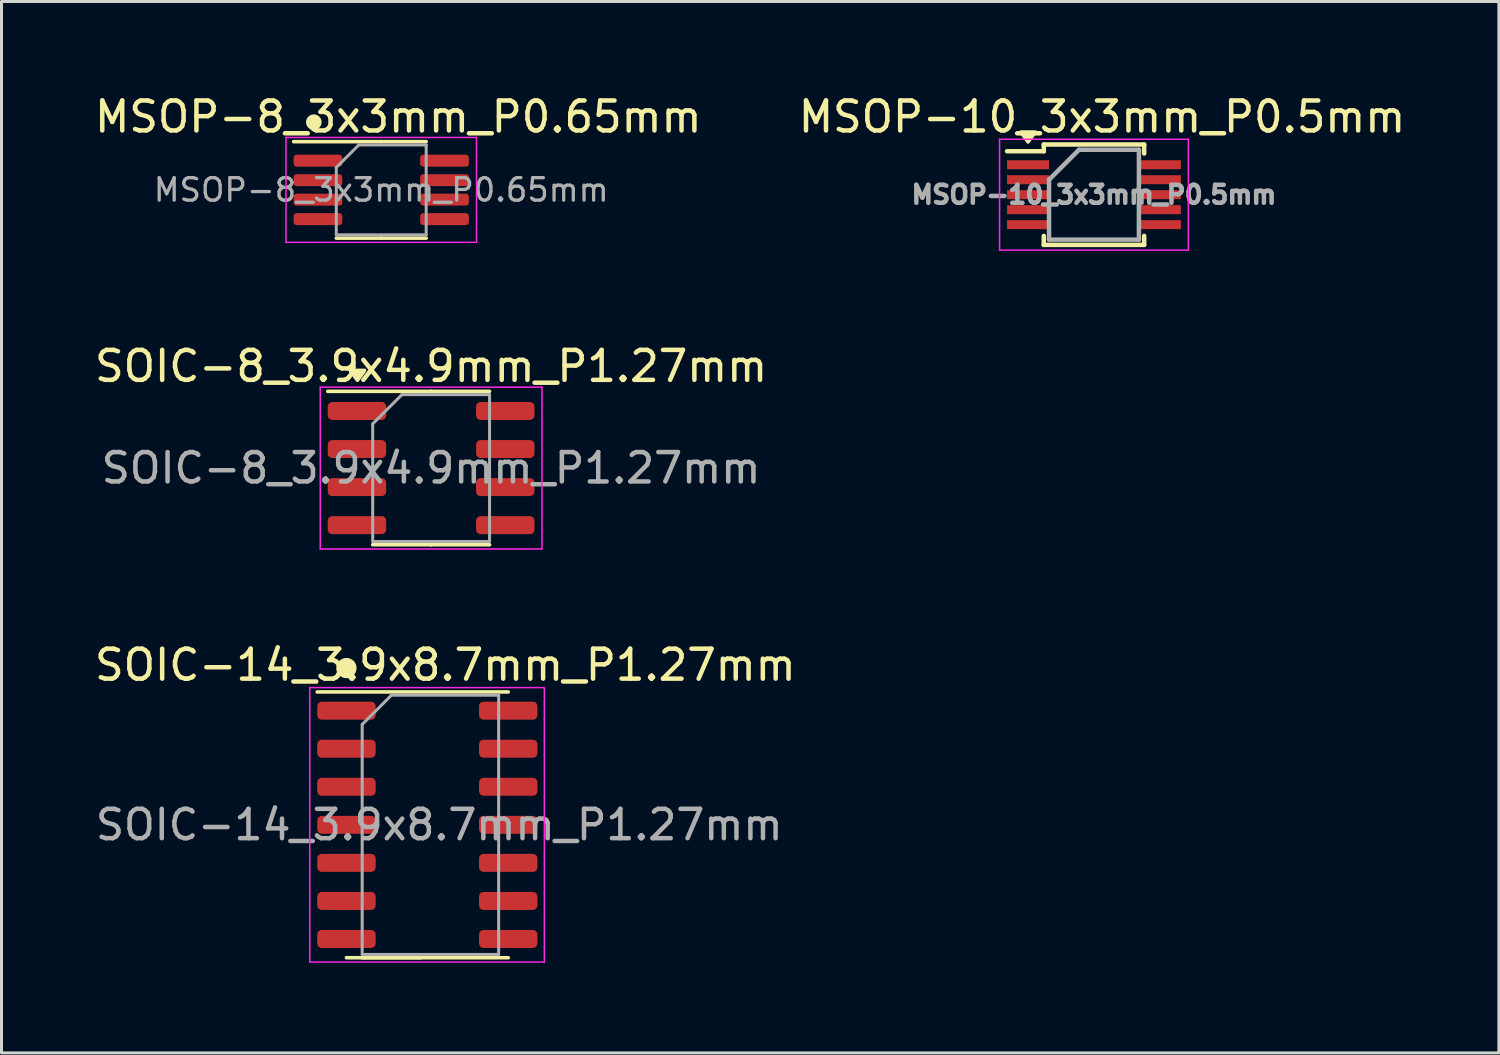
<source format=kicad_pcb>
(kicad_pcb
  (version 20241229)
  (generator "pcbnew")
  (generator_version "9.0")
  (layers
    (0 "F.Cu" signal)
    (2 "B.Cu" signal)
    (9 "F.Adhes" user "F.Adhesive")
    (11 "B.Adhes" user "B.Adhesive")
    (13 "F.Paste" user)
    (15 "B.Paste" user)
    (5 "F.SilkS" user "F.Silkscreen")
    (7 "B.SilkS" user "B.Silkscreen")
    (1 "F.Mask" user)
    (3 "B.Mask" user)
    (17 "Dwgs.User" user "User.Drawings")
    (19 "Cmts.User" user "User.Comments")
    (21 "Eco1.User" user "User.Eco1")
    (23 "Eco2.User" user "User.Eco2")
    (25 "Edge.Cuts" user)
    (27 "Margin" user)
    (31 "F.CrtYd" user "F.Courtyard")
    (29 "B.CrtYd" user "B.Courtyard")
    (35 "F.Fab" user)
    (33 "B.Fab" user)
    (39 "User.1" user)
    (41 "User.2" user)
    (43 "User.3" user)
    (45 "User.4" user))
  (footprint "MSOP-10_3x3mm_P0.5mm"
    (layer "F.Cu")
    (at 33.462 3.448)
    (property "Reference" "MSOP-10_3x3mm_P0.5mm" (at 0.27 -2.6 0) (layer "F.SilkS") (effects (font (size 1 1) (thickness 0.15))))
    (attr smd)
    (fp_line (start -1.675 -1.675) (end -1.675 -1.45) (stroke (width 0.15) (type solid)) (layer "F.SilkS"))
    (fp_line (start -1.675 -1.675) (end 1.675 -1.675) (stroke (width 0.15) (type solid)) (layer "F.SilkS"))
    (fp_line (start -1.675 -1.45) (end -2.9 -1.45) (stroke (width 0.15) (type solid)) (layer "F.SilkS"))
    (fp_line (start -1.675 1.675) (end -1.675 1.375) (stroke (width 0.15) (type solid)) (layer "F.SilkS"))
    (fp_line (start -1.675 1.675) (end 1.675 1.675) (stroke (width 0.15) (type solid)) (layer "F.SilkS"))
    (fp_line (start 1.675 -1.675) (end 1.675 -1.375) (stroke (width 0.15) (type solid)) (layer "F.SilkS"))
    (fp_line (start 1.675 1.675) (end 1.675 1.375) (stroke (width 0.15) (type solid)) (layer "F.SilkS"))
    (fp_poly (pts (xy -2.2 -1.76) (xy -2.44 -2.09) (xy -1.96 -2.09) (xy -2.2 -1.76)) (stroke (width 0.12) (type solid)) (fill yes) (layer "F.SilkS"))
    (fp_line (start -3.15 -1.85) (end -3.15 1.85) (stroke (width 0.05) (type solid)) (layer "F.CrtYd"))
    (fp_line (start -3.15 -1.85) (end 3.15 -1.85) (stroke (width 0.05) (type solid)) (layer "F.CrtYd"))
    (fp_line (start -3.15 1.85) (end 3.15 1.85) (stroke (width 0.05) (type solid)) (layer "F.CrtYd"))
    (fp_line (start 3.15 -1.85) (end 3.15 1.85) (stroke (width 0.05) (type solid)) (layer "F.CrtYd"))
    (fp_line (start -1.5 -0.5) (end -0.5 -1.5) (stroke (width 0.15) (type solid)) (layer "F.Fab"))
    (fp_line (start -1.5 1.5) (end -1.5 -0.5) (stroke (width 0.15) (type solid)) (layer "F.Fab"))
    (fp_line (start -0.5 -1.5) (end 1.5 -1.5) (stroke (width 0.15) (type solid)) (layer "F.Fab"))
    (fp_line (start 1.5 -1.5) (end 1.5 1.5) (stroke (width 0.15) (type solid)) (layer "F.Fab"))
    (fp_line (start 1.5 1.5) (end -1.5 1.5) (stroke (width 0.15) (type solid)) (layer "F.Fab"))
    (fp_text user "${REFERENCE}" (at 0 0 0) (layer "F.Fab") (effects (font (size 0.6 0.6) (thickness 0.15))))
    (pad "1" smd rect (at -2.2 -1) (size 1.4 0.3) (layers "F.Cu" "F.Mask" "F.Paste"))
    (pad "2" smd rect (at -2.2 -0.5) (size 1.4 0.3) (layers "F.Cu" "F.Mask" "F.Paste"))
    (pad "3" smd rect (at -2.2 0) (size 1.4 0.3) (layers "F.Cu" "F.Mask" "F.Paste"))
    (pad "4" smd rect (at -2.2 0.5) (size 1.4 0.3) (layers "F.Cu" "F.Mask" "F.Paste"))
    (pad "5" smd rect (at -2.2 1) (size 1.4 0.3) (layers "F.Cu" "F.Mask" "F.Paste"))
    (pad "6" smd rect (at 2.2 1) (size 1.4 0.3) (layers "F.Cu" "F.Mask" "F.Paste"))
    (pad "7" smd rect (at 2.2 0.5) (size 1.4 0.3) (layers "F.Cu" "F.Mask" "F.Paste"))
    (pad "8" smd rect (at 2.2 0) (size 1.4 0.3) (layers "F.Cu" "F.Mask" "F.Paste"))
    (pad "9" smd rect (at 2.2 -0.5) (size 1.4 0.3) (layers "F.Cu" "F.Mask" "F.Paste"))
    (pad "10" smd rect (at 2.2 -1) (size 1.4 0.3) (layers "F.Cu" "F.Mask" "F.Paste")))
  (footprint "MSOP-8_3x3mm_P0.65mm"
    (layer "F.Cu")
    (at 9.674 3.288)
    (property "Reference" "MSOP-8_3x3mm_P0.65mm" (at 0.57 -2.44 0) (layer "F.SilkS") (effects (font (size 1 1) (thickness 0.15))))
    (attr smd)
    (fp_line (start 0 -1.61) (end -2.925 -1.61) (stroke (width 0.12) (type solid)) (layer "F.SilkS"))
    (fp_line (start 0 -1.61) (end 1.5 -1.61) (stroke (width 0.12) (type solid)) (layer "F.SilkS"))
    (fp_line (start 0 1.61) (end -1.5 1.61) (stroke (width 0.12) (type solid)) (layer "F.SilkS"))
    (fp_line (start 0 1.61) (end 1.5 1.61) (stroke (width 0.12) (type solid)) (layer "F.SilkS"))
    (fp_circle (center -2.25 -2.26) (end -2.05 -2.26) (stroke (width 0.12) (type solid)) (fill yes) (layer "F.SilkS"))
    (fp_line (start -3.18 -1.75) (end -3.18 1.75) (stroke (width 0.05) (type solid)) (layer "F.CrtYd"))
    (fp_line (start -3.18 1.75) (end 3.18 1.75) (stroke (width 0.05) (type solid)) (layer "F.CrtYd"))
    (fp_line (start 3.18 -1.75) (end -3.18 -1.75) (stroke (width 0.05) (type solid)) (layer "F.CrtYd"))
    (fp_line (start 3.18 1.75) (end 3.18 -1.75) (stroke (width 0.05) (type solid)) (layer "F.CrtYd"))
    (fp_line (start -1.5 -0.75) (end -0.75 -1.5) (stroke (width 0.1) (type solid)) (layer "F.Fab"))
    (fp_line (start -1.5 1.5) (end -1.5 -0.75) (stroke (width 0.1) (type solid)) (layer "F.Fab"))
    (fp_line (start -0.75 -1.5) (end 1.5 -1.5) (stroke (width 0.1) (type solid)) (layer "F.Fab"))
    (fp_line (start 1.5 -1.5) (end 1.5 1.5) (stroke (width 0.1) (type solid)) (layer "F.Fab"))
    (fp_line (start 1.5 1.5) (end -1.5 1.5) (stroke (width 0.1) (type solid)) (layer "F.Fab"))
    (fp_text user "${REFERENCE}" (at 0 0 0) (layer "F.Fab") (effects (font (size 0.75 0.75) (thickness 0.11))))
    (pad "1" smd roundrect (at -2.112 -0.975) (size 1.625 0.4) (layers "F.Cu" "F.Mask" "F.Paste") (roundrect_rratio 0.25))
    (pad "2" smd roundrect (at -2.112 -0.325) (size 1.625 0.4) (layers "F.Cu" "F.Mask" "F.Paste") (roundrect_rratio 0.25))
    (pad "3" smd roundrect (at -2.112 0.325) (size 1.625 0.4) (layers "F.Cu" "F.Mask" "F.Paste") (roundrect_rratio 0.25))
    (pad "4" smd roundrect (at -2.112 0.975) (size 1.625 0.4) (layers "F.Cu" "F.Mask" "F.Paste") (roundrect_rratio 0.25))
    (pad "5" smd roundrect (at 2.112 0.975) (size 1.625 0.4) (layers "F.Cu" "F.Mask" "F.Paste") (roundrect_rratio 0.25))
    (pad "6" smd roundrect (at 2.112 0.325) (size 1.625 0.4) (layers "F.Cu" "F.Mask" "F.Paste") (roundrect_rratio 0.25))
    (pad "7" smd roundrect (at 2.112 -0.325) (size 1.625 0.4) (layers "F.Cu" "F.Mask" "F.Paste") (roundrect_rratio 0.25))
    (pad "8" smd roundrect (at 2.112 -0.975) (size 1.625 0.4) (layers "F.Cu" "F.Mask" "F.Paste") (roundrect_rratio 0.25)))
  (footprint "SOIC-8_3.9x4.9mm_P1.27mm"
    (layer "F.Cu")
    (at 11.339 12.572)
    (property "Reference" "SOIC-8_3.9x4.9mm_P1.27mm" (at 0 -3.4 0) (layer "F.SilkS") (effects (font (size 1 1) (thickness 0.15))))
    (attr smd)
    (fp_line (start 0 -2.56) (end -3.45 -2.56) (stroke (width 0.12) (type solid)) (layer "F.SilkS"))
    (fp_line (start 0 -2.56) (end 1.95 -2.56) (stroke (width 0.12) (type solid)) (layer "F.SilkS"))
    (fp_line (start 0 2.56) (end -1.95 2.56) (stroke (width 0.12) (type solid)) (layer "F.SilkS"))
    (fp_line (start 0 2.56) (end 1.95 2.56) (stroke (width 0.12) (type solid)) (layer "F.SilkS"))
    (fp_poly (pts (xy -2.46 -2.93) (xy -2.7 -3.26) (xy -2.22 -3.26) (xy -2.46 -2.93)) (stroke (width 0.12) (type solid)) (fill yes) (layer "F.SilkS"))
    (fp_line (start -3.7 -2.7) (end -3.7 2.7) (stroke (width 0.05) (type solid)) (layer "F.CrtYd"))
    (fp_line (start -3.7 2.7) (end 3.7 2.7) (stroke (width 0.05) (type solid)) (layer "F.CrtYd"))
    (fp_line (start 3.7 -2.7) (end -3.7 -2.7) (stroke (width 0.05) (type solid)) (layer "F.CrtYd"))
    (fp_line (start 3.7 2.7) (end 3.7 -2.7) (stroke (width 0.05) (type solid)) (layer "F.CrtYd"))
    (fp_line (start -1.95 -1.475) (end -0.975 -2.45) (stroke (width 0.1) (type solid)) (layer "F.Fab"))
    (fp_line (start -1.95 2.45) (end -1.95 -1.475) (stroke (width 0.1) (type solid)) (layer "F.Fab"))
    (fp_line (start -0.975 -2.45) (end 1.95 -2.45) (stroke (width 0.1) (type solid)) (layer "F.Fab"))
    (fp_line (start 1.95 -2.45) (end 1.95 2.45) (stroke (width 0.1) (type solid)) (layer "F.Fab"))
    (fp_line (start 1.95 2.45) (end -1.95 2.45) (stroke (width 0.1) (type solid)) (layer "F.Fab"))
    (fp_text user "${REFERENCE}" (at 0 0 0) (layer "F.Fab") (effects (font (size 0.98 0.98) (thickness 0.15))))
    (pad "1" smd roundrect (at -2.475 -1.905) (size 1.95 0.6) (layers "F.Cu" "F.Mask" "F.Paste") (roundrect_rratio 0.25))
    (pad "2" smd roundrect (at -2.475 -0.635) (size 1.95 0.6) (layers "F.Cu" "F.Mask" "F.Paste") (roundrect_rratio 0.25))
    (pad "3" smd roundrect (at -2.475 0.635) (size 1.95 0.6) (layers "F.Cu" "F.Mask" "F.Paste") (roundrect_rratio 0.25))
    (pad "4" smd roundrect (at -2.475 1.905) (size 1.95 0.6) (layers "F.Cu" "F.Mask" "F.Paste") (roundrect_rratio 0.25))
    (pad "5" smd roundrect (at 2.475 1.905) (size 1.95 0.6) (layers "F.Cu" "F.Mask" "F.Paste") (roundrect_rratio 0.25))
    (pad "6" smd roundrect (at 2.475 0.635) (size 1.95 0.6) (layers "F.Cu" "F.Mask" "F.Paste") (roundrect_rratio 0.25))
    (pad "7" smd roundrect (at 2.475 -0.635) (size 1.95 0.6) (layers "F.Cu" "F.Mask" "F.Paste") (roundrect_rratio 0.25))
    (pad "8" smd roundrect (at 2.475 -1.905) (size 1.95 0.6) (layers "F.Cu" "F.Mask" "F.Paste") (roundrect_rratio 0.25)))
  (footprint "SOIC-14_3.9x8.7mm_P1.27mm"
    (layer "F.Cu")
    (at 8.513 20.669)
    (property "Reference" "SOIC-14_3.9x8.7mm_P1.27mm" (at 3.302 -1.524 0) (layer "F.SilkS") (effects (font (size 1 1) (thickness 0.15))))
    (attr smd)
    (fp_line (start 0 8.245) (end 5.4 8.245) (stroke (width 0.12) (type solid)) (layer "F.SilkS"))
    (fp_line (start 2.475 8.245) (end 0.525 8.245) (stroke (width 0.12) (type solid)) (layer "F.SilkS"))
    (fp_line (start 5.4 -0.625) (end -0.975 -0.625) (stroke (width 0.12) (type solid)) (layer "F.SilkS"))
    (fp_circle (center 0 -1.422) (end 0.278 -1.422) (stroke (width 0.12) (type solid)) (fill yes) (layer "F.SilkS"))
    (fp_line (start -1.225 -0.77) (end -1.225 8.39) (stroke (width 0.05) (type solid)) (layer "F.CrtYd"))
    (fp_line (start -1.225 8.39) (end 6.604 8.39) (stroke (width 0.05) (type solid)) (layer "F.CrtYd"))
    (fp_line (start 6.604 -0.77) (end -1.225 -0.77) (stroke (width 0.05) (type solid)) (layer "F.CrtYd"))
    (fp_line (start 6.604 8.398) (end 6.604 -0.762) (stroke (width 0.05) (type solid)) (layer "F.CrtYd"))
    (fp_line (start 0.525 0.46) (end 1.5 -0.515) (stroke (width 0.1) (type solid)) (layer "F.Fab"))
    (fp_line (start 0.525 8.135) (end 0.525 0.46) (stroke (width 0.1) (type solid)) (layer "F.Fab"))
    (fp_line (start 1.5 -0.515) (end 5.08 -0.515) (stroke (width 0.1) (type solid)) (layer "F.Fab"))
    (fp_line (start 5.08 -0.515) (end 5.08 8.135) (stroke (width 0.1) (type solid)) (layer "F.Fab"))
    (fp_line (start 5.08 8.135) (end 0.525 8.135) (stroke (width 0.1) (type solid)) (layer "F.Fab"))
    (fp_text user "${REFERENCE}" (at 3.099 3.81 0) (layer "F.Fab") (effects (font (size 0.98 0.98) (thickness 0.15))))
    (pad "1" smd roundrect (at 0 0) (size 1.95 0.6) (layers "F.Cu" "F.Mask" "F.Paste") (roundrect_rratio 0.25))
    (pad "2" smd roundrect (at 0 1.27) (size 1.95 0.6) (layers "F.Cu" "F.Mask" "F.Paste") (roundrect_rratio 0.25))
    (pad "3" smd roundrect (at 0 2.54) (size 1.95 0.6) (layers "F.Cu" "F.Mask" "F.Paste") (roundrect_rratio 0.25))
    (pad "4" smd roundrect (at 0 3.81) (size 1.95 0.6) (layers "F.Cu" "F.Mask" "F.Paste") (roundrect_rratio 0.25))
    (pad "5" smd roundrect (at 0 5.08) (size 1.95 0.6) (layers "F.Cu" "F.Mask" "F.Paste") (roundrect_rratio 0.25))
    (pad "6" smd roundrect (at 0 6.35) (size 1.95 0.6) (layers "F.Cu" "F.Mask" "F.Paste") (roundrect_rratio 0.25))
    (pad "7" smd roundrect (at 0 7.62) (size 1.95 0.6) (layers "F.Cu" "F.Mask" "F.Paste") (roundrect_rratio 0.25))
    (pad "8" smd roundrect (at 5.4 7.62) (size 1.95 0.6) (layers "F.Cu" "F.Mask" "F.Paste") (roundrect_rratio 0.25))
    (pad "9" smd roundrect (at 5.4 6.35) (size 1.95 0.6) (layers "F.Cu" "F.Mask" "F.Paste") (roundrect_rratio 0.25))
    (pad "10" smd roundrect (at 5.4 5.08) (size 1.95 0.6) (layers "F.Cu" "F.Mask" "F.Paste") (roundrect_rratio 0.25))
    (pad "11" smd roundrect (at 5.4 3.81) (size 1.95 0.6) (layers "F.Cu" "F.Mask" "F.Paste") (roundrect_rratio 0.25))
    (pad "12" smd roundrect (at 5.4 2.54) (size 1.95 0.6) (layers "F.Cu" "F.Mask" "F.Paste") (roundrect_rratio 0.25))
    (pad "13" smd roundrect (at 5.4 1.27) (size 1.95 0.6) (layers "F.Cu" "F.Mask" "F.Paste") (roundrect_rratio 0.25))
    (pad "14" smd roundrect (at 5.4 0) (size 1.95 0.6) (layers "F.Cu" "F.Mask" "F.Paste") (roundrect_rratio 0.25)))
  (gr_rect
    (start -3 -3)
    (end 46.976 32.092)
    (stroke (width 0.1) (type default))
    (fill no)
    (layer "Edge.Cuts")))
</source>
